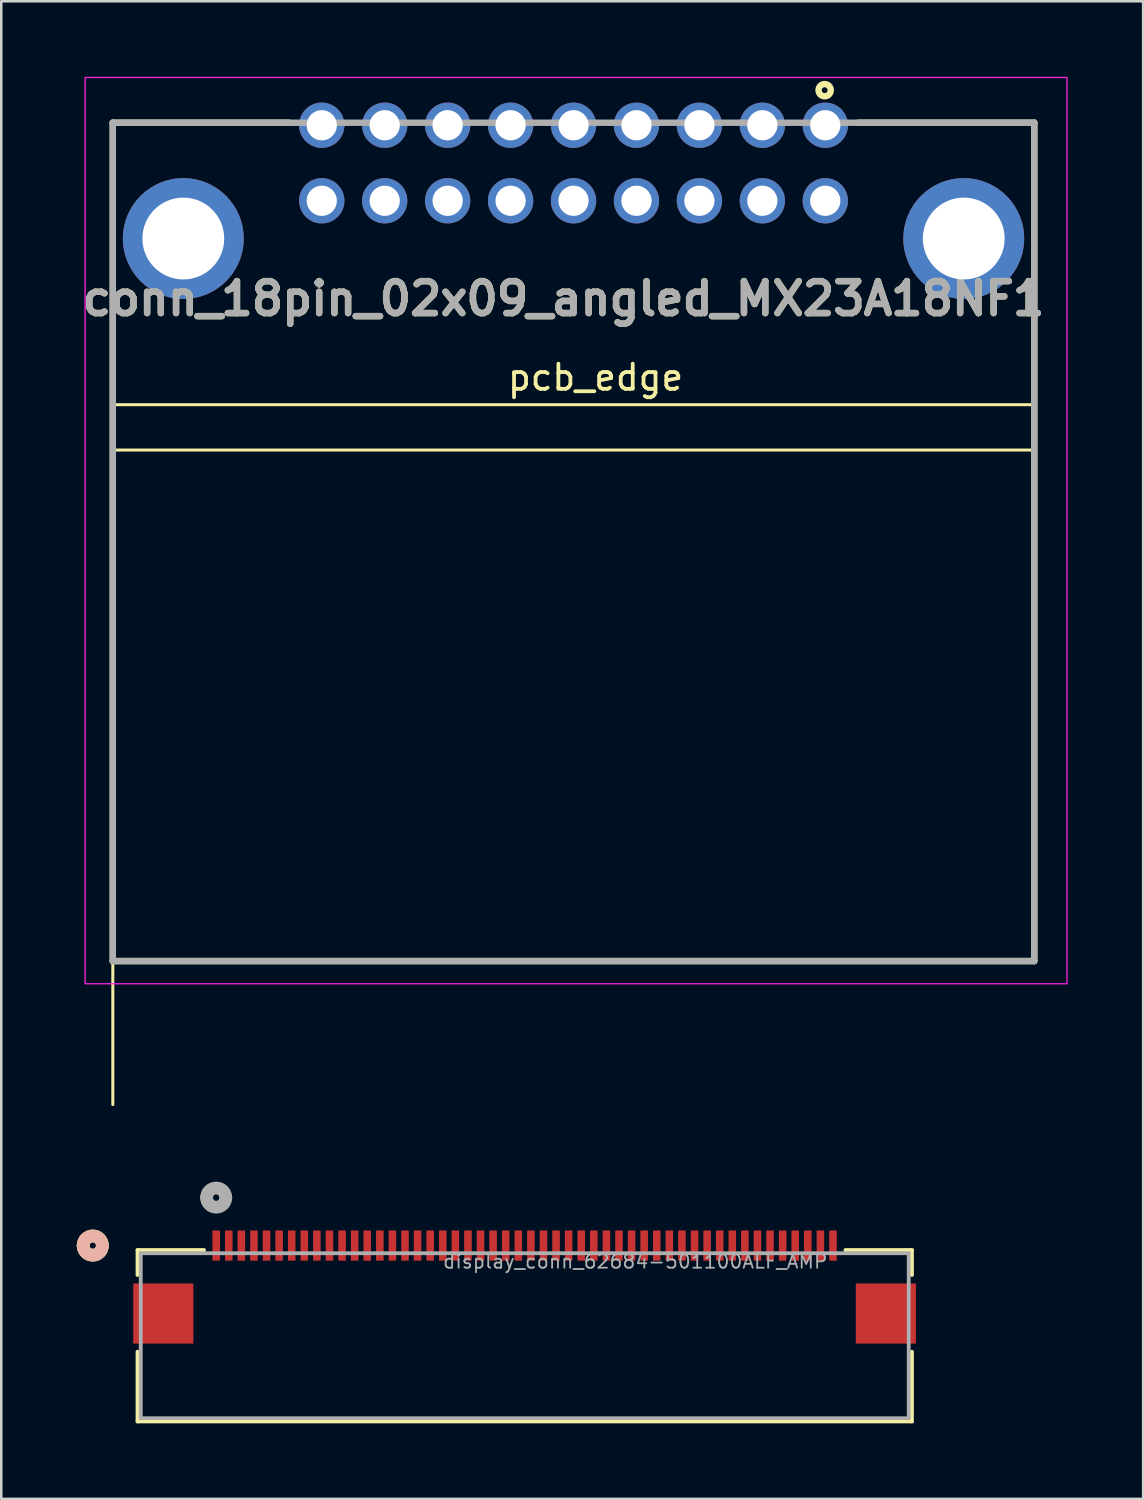
<source format=kicad_pcb>
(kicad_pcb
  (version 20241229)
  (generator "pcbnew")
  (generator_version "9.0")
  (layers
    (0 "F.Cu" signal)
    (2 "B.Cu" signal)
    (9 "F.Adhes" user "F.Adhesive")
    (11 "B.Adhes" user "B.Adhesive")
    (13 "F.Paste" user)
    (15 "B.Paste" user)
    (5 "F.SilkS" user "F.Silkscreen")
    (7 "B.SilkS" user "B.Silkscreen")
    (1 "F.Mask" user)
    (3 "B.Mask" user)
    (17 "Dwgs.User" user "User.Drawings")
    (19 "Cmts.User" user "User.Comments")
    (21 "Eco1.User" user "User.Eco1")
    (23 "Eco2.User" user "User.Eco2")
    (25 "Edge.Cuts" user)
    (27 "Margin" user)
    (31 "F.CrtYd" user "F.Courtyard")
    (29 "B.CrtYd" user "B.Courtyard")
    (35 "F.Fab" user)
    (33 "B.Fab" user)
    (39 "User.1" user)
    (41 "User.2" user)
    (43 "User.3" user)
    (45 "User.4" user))
  (footprint "conn_18pin_02x09_angled_MX23A18NF1"
    (layer "F.Cu")
    (at 19.731 1.825)
    (property "Reference" "conn_18pin_02x09_angled_MX23A18NF1" (at -0.397 6.987 0) (layer "F.SilkS") (effects (font (size 1.27 1.27) (thickness 0.254))))
    (attr through_hole)
    (fp_line (start -18.3 0) (end -18.3 33.3) (stroke (width 0.254) (type solid)) (layer "F.SilkS"))
    (fp_line (start -18.3 0) (end -11.3 0) (stroke (width 0.254) (type solid)) (layer "F.SilkS"))
    (fp_line (start -18.3 11.2) (end 18.3 11.2) (stroke (width 0.12) (type default)) (layer "F.SilkS"))
    (fp_line (start -18.3 13) (end 18.3 13) (stroke (width 0.12) (type default)) (layer "F.SilkS"))
    (fp_line (start -18.3 33.3) (end -18.3 39) (stroke (width 0.12) (type default)) (layer "F.SilkS"))
    (fp_line (start -18.3 33.3) (end 18.3 33.3) (stroke (width 0.254) (type solid)) (layer "F.SilkS"))
    (fp_line (start 18.3 0) (end 11.3 0) (stroke (width 0.254) (type solid)) (layer "F.SilkS"))
    (fp_line (start 18.3 33.3) (end 18.3 0) (stroke (width 0.254) (type solid)) (layer "F.SilkS"))
    (fp_circle (center 9.975 -1.293) (end 9.975 -1.177) (stroke (width 0.254) (type solid)) (fill no) (layer "F.SilkS"))
    (fp_rect (start -19.4 -1.8) (end 19.6 34.2) (stroke (width 0.05) (type default)) (fill no) (layer "F.CrtYd"))
    (fp_line (start -18.3 0) (end 18.3 0) (stroke (width 0.254) (type solid)) (layer "F.Fab"))
    (fp_line (start -18.3 33.3) (end -18.3 0) (stroke (width 0.254) (type solid)) (layer "F.Fab"))
    (fp_line (start 18.3 0) (end 18.3 33.3) (stroke (width 0.254) (type solid)) (layer "F.Fab"))
    (fp_line (start 18.3 33.3) (end -18.3 33.3) (stroke (width 0.254) (type solid)) (layer "F.Fab"))
    (fp_text user "pcb_edge" (at -2.7 10.7 0) (unlocked yes) (layer "F.SilkS") (effects (font (size 1 1) (thickness 0.15)) (justify left bottom)))
    (fp_text user "${REFERENCE}" (at -0.397 6.987 0) (layer "F.Fab") (effects (font (size 1.27 1.27) (thickness 0.254))))
    (pad "1" thru_hole circle (at 10 0.1) (size 1.8 1.8) (drill 1.2) (layers "*.Cu" "*.Mask"))
    (pad "2" thru_hole circle (at 7.5 0.1) (size 1.8 1.8) (drill 1.2) (layers "*.Cu" "*.Mask"))
    (pad "3" thru_hole circle (at 5 0.1) (size 1.8 1.8) (drill 1.2) (layers "*.Cu" "*.Mask"))
    (pad "4" thru_hole circle (at 2.5 0.1) (size 1.8 1.8) (drill 1.2) (layers "*.Cu" "*.Mask"))
    (pad "5" thru_hole circle (at 0 0.1) (size 1.8 1.8) (drill 1.2) (layers "*.Cu" "*.Mask"))
    (pad "6" thru_hole circle (at -2.5 0.1) (size 1.8 1.8) (drill 1.2) (layers "*.Cu" "*.Mask"))
    (pad "7" thru_hole circle (at -5 0.1) (size 1.8 1.8) (drill 1.2) (layers "*.Cu" "*.Mask"))
    (pad "8" thru_hole circle (at -7.5 0.1) (size 1.8 1.8) (drill 1.2) (layers "*.Cu" "*.Mask"))
    (pad "9" thru_hole circle (at -10 0.1) (size 1.8 1.8) (drill 1.2) (layers "*.Cu" "*.Mask"))
    (pad "10" thru_hole circle (at 10 3.1) (size 1.8 1.8) (drill 1.2) (layers "*.Cu" "*.Mask"))
    (pad "11" thru_hole circle (at 7.5 3.1) (size 1.8 1.8) (drill 1.2) (layers "*.Cu" "*.Mask"))
    (pad "12" thru_hole circle (at 5 3.1) (size 1.8 1.8) (drill 1.2) (layers "*.Cu" "*.Mask"))
    (pad "13" thru_hole circle (at 2.5 3.1) (size 1.8 1.8) (drill 1.2) (layers "*.Cu" "*.Mask"))
    (pad "14" thru_hole circle (at 0 3.1) (size 1.8 1.8) (drill 1.2) (layers "*.Cu" "*.Mask"))
    (pad "15" thru_hole circle (at -2.5 3.1) (size 1.8 1.8) (drill 1.2) (layers "*.Cu" "*.Mask"))
    (pad "16" thru_hole circle (at -5 3.1) (size 1.8 1.8) (drill 1.2) (layers "*.Cu" "*.Mask"))
    (pad "17" thru_hole circle (at -7.5 3.1) (size 1.8 1.8) (drill 1.2) (layers "*.Cu" "*.Mask"))
    (pad "18" thru_hole circle (at -10 3.1) (size 1.8 1.8) (drill 1.2) (layers "*.Cu" "*.Mask"))
    (pad "19" thru_hole circle (at -15.5 4.6) (size 4.8 4.8) (drill 3.25) (layers "*.Cu" "*.Mask"))
    (pad "20" thru_hole circle (at 15.5 4.6) (size 4.8 4.8) (drill 3.25) (layers "*.Cu" "*.Mask")))
  (footprint "display_conn_62684-501100ALF_AMP"
    (layer "F.Cu")
    (at 5.537 46.425)
    (property "Reference" "display_conn_62684-501100ALF_AMP" (at 8.966 0.635 0) (layer "F.Fab") (effects (font (size 0.538 0.538) (thickness 0.072)) (justify left)))
    (fp_line (start -3.124 0.178) (end -3.124 1.168) (stroke (width 0.152) (type solid)) (layer "F.SilkS"))
    (fp_line (start -3.124 4.216) (end -3.124 6.985) (stroke (width 0.152) (type solid)) (layer "F.SilkS"))
    (fp_line (start -3.124 6.985) (end 27.635 6.985) (stroke (width 0.152) (type solid)) (layer "F.SilkS"))
    (fp_line (start -0.483 0.178) (end -3.124 0.178) (stroke (width 0.152) (type solid)) (layer "F.SilkS"))
    (fp_line (start 27.635 0.178) (end 24.994 0.178) (stroke (width 0.152) (type solid)) (layer "F.SilkS"))
    (fp_line (start 27.635 1.168) (end 27.635 0.178) (stroke (width 0.152) (type solid)) (layer "F.SilkS"))
    (fp_line (start 27.635 6.985) (end 27.635 4.216) (stroke (width 0.152) (type solid)) (layer "F.SilkS"))
    (fp_arc (start -5.2832 0) (mid -4.9022 -0.381) (end -4.5212 0) (stroke (width 0.508) (type solid)) (layer "F.SilkS"))
    (fp_arc (start -4.5212 0) (mid -4.9022 0.381) (end -5.2832 0) (stroke (width 0.508) (type solid)) (layer "F.SilkS"))
    (fp_arc (start -5.2832 0) (mid -4.9022 -0.381) (end -4.5212 0) (stroke (width 0.508) (type solid)) (layer "B.SilkS"))
    (fp_arc (start -4.5212 0) (mid -4.9022 0.381) (end -5.2832 0) (stroke (width 0.508) (type solid)) (layer "B.SilkS"))
    (fp_line (start -2.997 0.305) (end -2.997 6.858) (stroke (width 0.152) (type solid)) (layer "F.Fab"))
    (fp_line (start -2.997 6.858) (end 27.508 6.858) (stroke (width 0.152) (type solid)) (layer "F.Fab"))
    (fp_line (start 27.508 0.305) (end -2.997 0.305) (stroke (width 0.152) (type solid)) (layer "F.Fab"))
    (fp_line (start 27.508 6.858) (end 27.508 0.305) (stroke (width 0.152) (type solid)) (layer "F.Fab"))
    (fp_arc (start -0.381 -1.905) (mid 0 -2.286) (end 0.381 -1.905) (stroke (width 0.508) (type solid)) (layer "F.Fab"))
    (fp_arc (start 0.381 -1.905) (mid 0 -1.524) (end -0.381 -1.905) (stroke (width 0.508) (type solid)) (layer "F.Fab"))
    (pad "1" smd rect (at 0 0) (size 0.3 1.2) (layers "F.Cu" "F.Mask" "F.Paste"))
    (pad "2" smd rect (at 0.5 0) (size 0.3 1.2) (layers "F.Cu" "F.Mask" "F.Paste"))
    (pad "3" smd rect (at 1 0) (size 0.3 1.2) (layers "F.Cu" "F.Mask" "F.Paste"))
    (pad "4" smd rect (at 1.5 0) (size 0.3 1.2) (layers "F.Cu" "F.Mask" "F.Paste"))
    (pad "5" smd rect (at 2 0) (size 0.3 1.2) (layers "F.Cu" "F.Mask" "F.Paste"))
    (pad "6" smd rect (at 2.5 0) (size 0.3 1.2) (layers "F.Cu" "F.Mask" "F.Paste"))
    (pad "7" smd rect (at 3 0) (size 0.3 1.2) (layers "F.Cu" "F.Mask" "F.Paste"))
    (pad "8" smd rect (at 3.5 0) (size 0.3 1.2) (layers "F.Cu" "F.Mask" "F.Paste"))
    (pad "9" smd rect (at 4 0) (size 0.3 1.2) (layers "F.Cu" "F.Mask" "F.Paste"))
    (pad "10" smd rect (at 4.5 0) (size 0.3 1.2) (layers "F.Cu" "F.Mask" "F.Paste"))
    (pad "11" smd rect (at 5 0) (size 0.3 1.2) (layers "F.Cu" "F.Mask" "F.Paste"))
    (pad "12" smd rect (at 5.5 0) (size 0.3 1.2) (layers "F.Cu" "F.Mask" "F.Paste"))
    (pad "13" smd rect (at 6 0) (size 0.3 1.2) (layers "F.Cu" "F.Mask" "F.Paste"))
    (pad "14" smd rect (at 6.5 0) (size 0.3 1.2) (layers "F.Cu" "F.Mask" "F.Paste"))
    (pad "15" smd rect (at 7 0) (size 0.3 1.2) (layers "F.Cu" "F.Mask" "F.Paste"))
    (pad "16" smd rect (at 7.5 0) (size 0.3 1.2) (layers "F.Cu" "F.Mask" "F.Paste"))
    (pad "17" smd rect (at 8 0) (size 0.3 1.2) (layers "F.Cu" "F.Mask" "F.Paste"))
    (pad "18" smd rect (at 8.5 0) (size 0.3 1.2) (layers "F.Cu" "F.Mask" "F.Paste"))
    (pad "19" smd rect (at 9 0) (size 0.3 1.2) (layers "F.Cu" "F.Mask" "F.Paste"))
    (pad "20" smd rect (at 9.5 0) (size 0.3 1.2) (layers "F.Cu" "F.Mask" "F.Paste"))
    (pad "21" smd rect (at 10 0) (size 0.3 1.2) (layers "F.Cu" "F.Mask" "F.Paste"))
    (pad "22" smd rect (at 10.5 0) (size 0.3 1.2) (layers "F.Cu" "F.Mask" "F.Paste"))
    (pad "23" smd rect (at 11 0) (size 0.3 1.2) (layers "F.Cu" "F.Mask" "F.Paste"))
    (pad "24" smd rect (at 11.5 0) (size 0.3 1.2) (layers "F.Cu" "F.Mask" "F.Paste"))
    (pad "25" smd rect (at 12 0) (size 0.3 1.2) (layers "F.Cu" "F.Mask" "F.Paste"))
    (pad "26" smd rect (at 12.5 0) (size 0.3 1.2) (layers "F.Cu" "F.Mask" "F.Paste"))
    (pad "27" smd rect (at 13 0) (size 0.3 1.2) (layers "F.Cu" "F.Mask" "F.Paste"))
    (pad "28" smd rect (at 13.5 0) (size 0.3 1.2) (layers "F.Cu" "F.Mask" "F.Paste"))
    (pad "29" smd rect (at 14 0) (size 0.3 1.2) (layers "F.Cu" "F.Mask" "F.Paste"))
    (pad "30" smd rect (at 14.5 0) (size 0.3 1.2) (layers "F.Cu" "F.Mask" "F.Paste"))
    (pad "31" smd rect (at 15 0) (size 0.3 1.2) (layers "F.Cu" "F.Mask" "F.Paste"))
    (pad "32" smd rect (at 15.5 0) (size 0.3 1.2) (layers "F.Cu" "F.Mask" "F.Paste"))
    (pad "33" smd rect (at 16 0) (size 0.3 1.2) (layers "F.Cu" "F.Mask" "F.Paste"))
    (pad "34" smd rect (at 16.5 0) (size 0.3 1.2) (layers "F.Cu" "F.Mask" "F.Paste"))
    (pad "35" smd rect (at 17 0) (size 0.3 1.2) (layers "F.Cu" "F.Mask" "F.Paste"))
    (pad "36" smd rect (at 17.5 0) (size 0.3 1.2) (layers "F.Cu" "F.Mask" "F.Paste"))
    (pad "37" smd rect (at 18 0) (size 0.3 1.2) (layers "F.Cu" "F.Mask" "F.Paste"))
    (pad "38" smd rect (at 18.5 0) (size 0.3 1.2) (layers "F.Cu" "F.Mask" "F.Paste"))
    (pad "39" smd rect (at 19 0) (size 0.3 1.2) (layers "F.Cu" "F.Mask" "F.Paste"))
    (pad "40" smd rect (at 19.5 0) (size 0.3 1.2) (layers "F.Cu" "F.Mask" "F.Paste"))
    (pad "41" smd rect (at 20 0) (size 0.3 1.2) (layers "F.Cu" "F.Mask" "F.Paste"))
    (pad "42" smd rect (at 20.5 0) (size 0.3 1.2) (layers "F.Cu" "F.Mask" "F.Paste"))
    (pad "43" smd rect (at 21 0) (size 0.3 1.2) (layers "F.Cu" "F.Mask" "F.Paste"))
    (pad "44" smd rect (at 21.5 0) (size 0.3 1.2) (layers "F.Cu" "F.Mask" "F.Paste"))
    (pad "45" smd rect (at 22 0) (size 0.3 1.2) (layers "F.Cu" "F.Mask" "F.Paste"))
    (pad "46" smd rect (at 22.5 0) (size 0.3 1.2) (layers "F.Cu" "F.Mask" "F.Paste"))
    (pad "47" smd rect (at 23 0) (size 0.3 1.2) (layers "F.Cu" "F.Mask" "F.Paste"))
    (pad "48" smd rect (at 23.5 0) (size 0.3 1.2) (layers "F.Cu" "F.Mask" "F.Paste"))
    (pad "49" smd rect (at 24 0) (size 0.3 1.2) (layers "F.Cu" "F.Mask" "F.Paste"))
    (pad "50" smd rect (at 24.5 0) (size 0.3 1.2) (layers "F.Cu" "F.Mask" "F.Paste"))
    (pad "51" smd rect (at -2.1 2.7) (size 2.388 2.388) (layers "F.Cu" "F.Mask" "F.Paste"))
    (pad "52" smd rect (at 26.6 2.7) (size 2.388 2.388) (layers "F.Cu" "F.Mask" "F.Paste")))
  (gr_rect
    (start -3 -3)
    (end 42.356 56.486)
    (stroke (width 0.1) (type default))
    (fill no)
    (layer "Edge.Cuts")))
</source>
